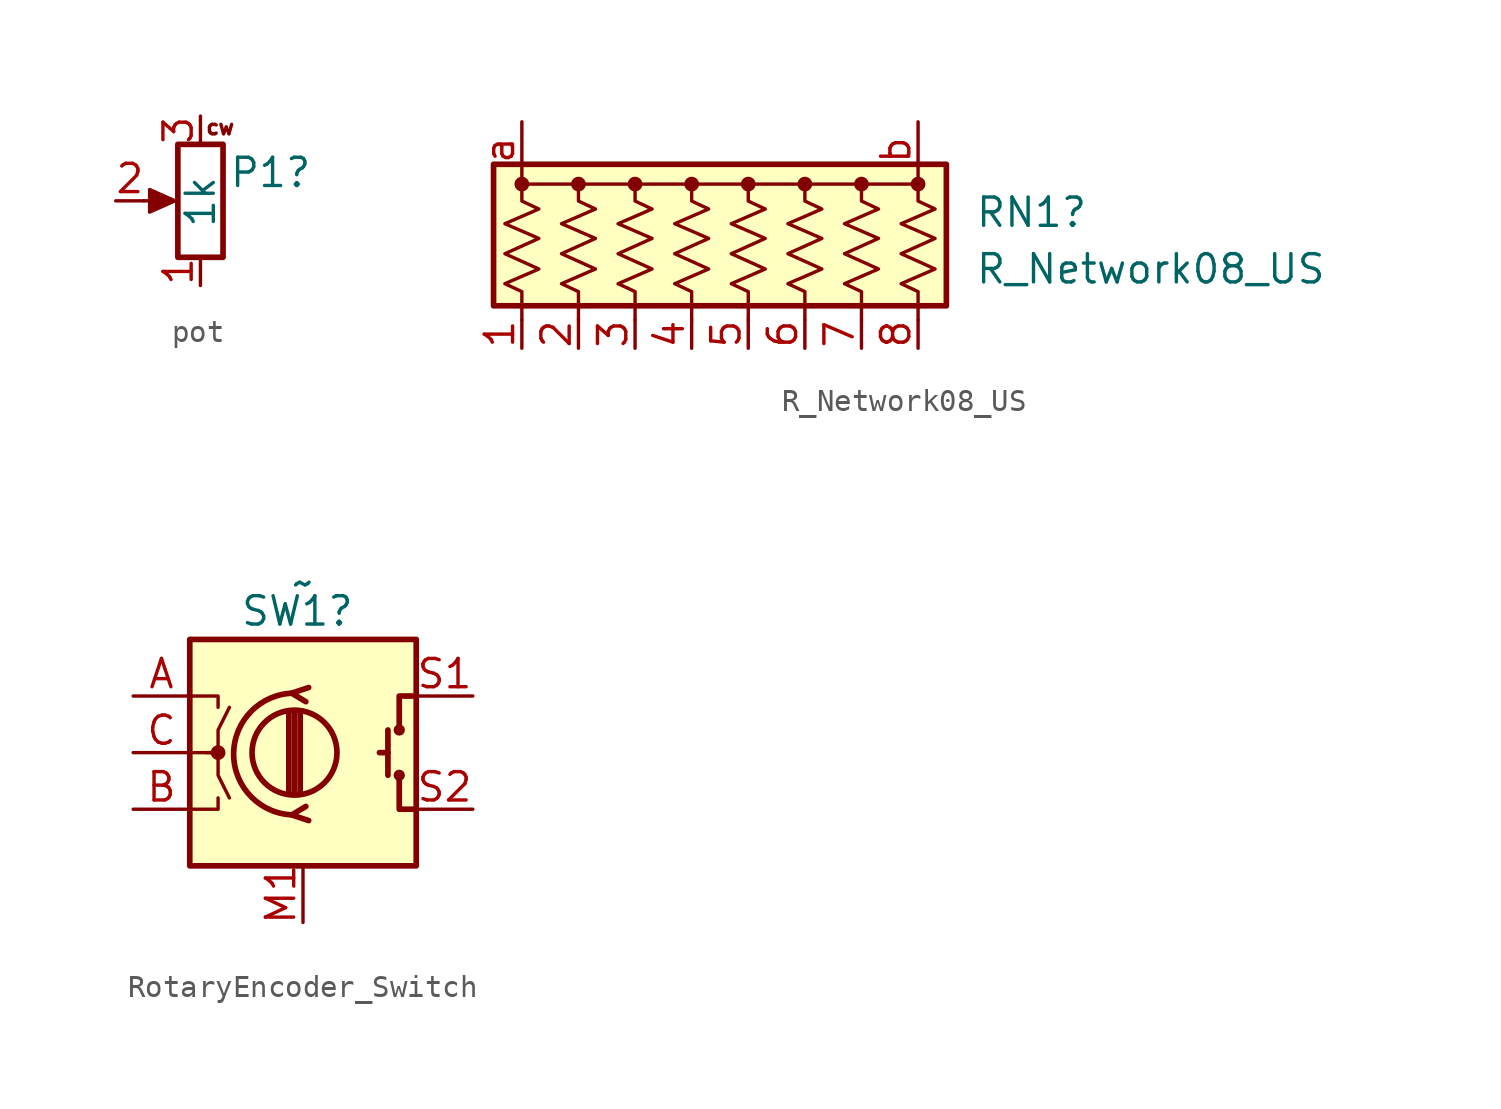
<source format=kicad_sym>
(kicad_symbol_lib
  (version 20241209)
  (generator "kicad_symbol_editor")
  (generator_version "9.0")
  (symbol "pot"
    (pin_names
      (offset 1.016)
      (hide yes))
    (property "Reference" "P1"
      (at 2.54 1.27 0)
      (effects (font (size 1.27 1.27)) (justify left)))
    (property "Value" "1k"
      (at 1.27 -1.27 90)
      (effects (font (size 1.27 1.27)) (justify left)))
    (symbol "pot_0_0"
      (text "cw" (at 2.159 3.302 0) (effects (font (size 0.635 0.635)))))
    (symbol "pot_0_1"
      (polyline (pts (xy -1.27 0) (xy -0.254 0)) (stroke (width 0) (type default)) (fill (type none)))
      (polyline (pts (xy 0.127 0) (xy -1.016 -0.508) (xy -1.016 0.508) (xy 0.127 0)) (stroke (width 0) (type default)) (fill (type outline)))
      (rectangle (start 0.254 -2.54) (end 2.286 2.54) (stroke (width 0.254) (type default)) (fill (type none))))
    (symbol "pot_1_1"
      (pin passive line (at -2.54 0 0) (length 1.27) (name "2" (effects (font (size 1.27 1.27)))) (number "2" (effects (font (size 1.27 1.27)))))
      (pin passive line (at 1.27 3.81 270) (length 1.27) (name "3" (effects (font (size 1.27 1.27)))) (number "3" (effects (font (size 1.27 1.27)))))
      (pin passive line (at 1.27 -3.81 90) (length 1.27) (name "1" (effects (font (size 1.27 1.27)))) (number "1" (effects (font (size 1.27 1.27)))))))
  (symbol "R_Network08_US"
    (pin_names
      (offset 0)
      (hide yes))
    (property "Reference" "RN1"
      (at 10.16 1.016 0)
      (effects (font (size 1.27 1.27)) (justify left)))
    (property "Value" "R_Network08_US"
      (at 10.16 -1.524 0)
      (effects (font (size 1.27 1.27)) (justify left)))
    (symbol "R_Network08_US_0_1"
      (rectangle (start -11.43 3.175) (end 8.89 -3.175) (stroke (width 0.254) (type default)) (fill (type background)))
      (circle (center -10.16 2.286) (radius 0.254) (stroke (width 0) (type default)) (fill (type outline)))
      (polyline (pts (xy -10.16 2.286) (xy 7.62 2.286)) (stroke (width 0) (type default)) (fill (type none)))
      (polyline (pts (xy -10.16 2.286) (xy -10.16 1.524) (xy -9.398 1.168) (xy -10.922 0.508) (xy -9.398 -0.152) (xy -10.922 -0.838) (xy -9.398 -1.524) (xy -10.922 -2.184) (xy -10.16 -2.54) (xy -10.16 -3.81)) (stroke (width 0) (type default)) (fill (type none)))
      (circle (center -7.62 2.286) (radius 0.254) (stroke (width 0) (type default)) (fill (type outline)))
      (polyline (pts (xy -7.62 2.286) (xy -7.62 1.524) (xy -6.858 1.168) (xy -8.382 0.508) (xy -6.858 -0.152) (xy -8.382 -0.838) (xy -6.858 -1.524) (xy -8.382 -2.184) (xy -7.62 -2.54) (xy -7.62 -3.81)) (stroke (width 0) (type default)) (fill (type none)))
      (circle (center -5.08 2.286) (radius 0.254) (stroke (width 0) (type default)) (fill (type outline)))
      (polyline (pts (xy -5.08 2.286) (xy -5.08 1.524) (xy -4.318 1.168) (xy -5.842 0.508) (xy -4.318 -0.152) (xy -5.842 -0.838) (xy -4.318 -1.524) (xy -5.842 -2.184) (xy -5.08 -2.54) (xy -5.08 -3.81)) (stroke (width 0) (type default)) (fill (type none)))
      (circle (center -2.54 2.286) (radius 0.254) (stroke (width 0) (type default)) (fill (type outline)))
      (polyline (pts (xy -2.54 2.286) (xy -2.54 1.524) (xy -1.778 1.168) (xy -3.302 0.508) (xy -1.778 -0.152) (xy -3.302 -0.838) (xy -1.778 -1.524) (xy -3.302 -2.184) (xy -2.54 -2.54) (xy -2.54 -3.81)) (stroke (width 0) (type default)) (fill (type none)))
      (circle (center 0 2.286) (radius 0.254) (stroke (width 0) (type default)) (fill (type outline)))
      (polyline (pts (xy 0 2.286) (xy 0 1.524) (xy 0.762 1.168) (xy -0.762 0.508) (xy 0.762 -0.152) (xy -0.762 -0.838) (xy 0.762 -1.524) (xy -0.762 -2.184) (xy 0 -2.54) (xy 0 -3.81)) (stroke (width 0) (type default)) (fill (type none)))
      (polyline (pts (xy 2.54 2.286) (xy 2.54 1.524) (xy 3.302 1.168) (xy 1.778 0.508) (xy 3.302 -0.152) (xy 1.778 -0.838) (xy 3.302 -1.524) (xy 1.778 -2.184) (xy 2.54 -2.54) (xy 2.54 -3.81)) (stroke (width 0) (type default)) (fill (type none)))
      (circle (center 2.54 2.286) (radius 0.254) (stroke (width 0) (type default)) (fill (type outline)))
      (polyline (pts (xy 5.08 2.286) (xy 5.08 1.524) (xy 5.842 1.168) (xy 4.318 0.508) (xy 5.842 -0.152) (xy 4.318 -0.838) (xy 5.842 -1.524) (xy 4.318 -2.184) (xy 5.08 -2.54) (xy 5.08 -3.81)) (stroke (width 0) (type default)) (fill (type none)))
      (circle (center 5.08 2.286) (radius 0.254) (stroke (width 0) (type default)) (fill (type outline)))
      (polyline (pts (xy 7.62 2.286) (xy 7.62 1.524) (xy 8.382 1.168) (xy 6.858 0.508) (xy 8.382 -0.152) (xy 6.858 -0.838) (xy 8.382 -1.524) (xy 6.858 -2.184) (xy 7.62 -2.54) (xy 7.62 -3.81)) (stroke (width 0) (type default)) (fill (type none)))
      (circle (center 7.62 2.286) (radius 0.254) (stroke (width 0) (type default)) (fill (type outline))))
    (symbol "R_Network08_US_1_1"
      (pin passive line (at -10.16 5.08 270) (length 2.54) (name "common" (effects (font (size 1.27 1.27)))) (number "a" (effects (font (size 1.27 1.27)))))
      (pin passive line (at -10.16 -5.08 90) (length 1.27) (name "R1" (effects (font (size 1.27 1.27)))) (number "1" (effects (font (size 1.27 1.27)))))
      (pin passive line (at -7.62 -5.08 90) (length 1.27) (name "R2" (effects (font (size 1.27 1.27)))) (number "2" (effects (font (size 1.27 1.27)))))
      (pin passive line (at -5.08 -5.08 90) (length 1.27) (name "R3" (effects (font (size 1.27 1.27)))) (number "3" (effects (font (size 1.27 1.27)))))
      (pin passive line (at -2.54 -5.08 90) (length 1.27) (name "R4" (effects (font (size 1.27 1.27)))) (number "4" (effects (font (size 1.27 1.27)))))
      (pin passive line (at 0 -5.08 90) (length 1.27) (name "R5" (effects (font (size 1.27 1.27)))) (number "5" (effects (font (size 1.27 1.27)))))
      (pin passive line (at 2.54 -5.08 90) (length 1.27) (name "R6" (effects (font (size 1.27 1.27)))) (number "6" (effects (font (size 1.27 1.27)))))
      (pin passive line (at 5.08 -5.08 90) (length 1.27) (name "R7" (effects (font (size 1.27 1.27)))) (number "7" (effects (font (size 1.27 1.27)))))
      (pin passive line (at 7.62 5.08 270) (length 2.54) (name "common" (effects (font (size 1.27 1.27)))) (number "b" (effects (font (size 1.27 1.27)))))
      (pin passive line (at 7.62 -5.08 90) (length 1.27) (name "R8" (effects (font (size 1.27 1.27)))) (number "8" (effects (font (size 1.27 1.27)))))))
  (symbol "RotaryEncoder_Switch"
    (pin_names
      (offset 0.254)
      (hide yes))
    (property "Reference" "SW1"
      (at -0.254 6.35 0)
      (effects (font (size 1.27 1.27))))
    (property "Value" "~"
      (at 0 7.62 0)
      (effects (font (size 1.27 1.27))))
    (symbol "RotaryEncoder_Switch_0_1"
      (rectangle (start -5.08 5.08) (end 5.08 -5.08) (stroke (width 0.254) (type default)) (fill (type background)))
      (polyline (pts (xy -5.08 2.54) (xy -3.81 2.54) (xy -3.81 2.032)) (stroke (width 0) (type default)) (fill (type none)))
      (polyline (pts (xy -5.08 0) (xy -3.81 0) (xy -3.81 -1.016) (xy -3.302 -2.032)) (stroke (width 0) (type default)) (fill (type none)))
      (polyline (pts (xy -5.08 -2.54) (xy -3.81 -2.54) (xy -3.81 -2.032)) (stroke (width 0) (type default)) (fill (type none)))
      (polyline (pts (xy -4.318 0) (xy -3.81 0) (xy -3.81 1.016) (xy -3.302 2.032)) (stroke (width 0) (type default)) (fill (type none)))
      (circle (center -3.81 0) (radius 0.254) (stroke (width 0) (type default)) (fill (type outline)))
      (polyline (pts (xy -0.635 -1.778) (xy -0.635 1.778)) (stroke (width 0.254) (type default)) (fill (type none)))
      (circle (center -0.381 0) (radius 1.905) (stroke (width 0.254) (type default)) (fill (type none)))
      (polyline (pts (xy -0.381 -1.778) (xy -0.381 1.778)) (stroke (width 0.254) (type default)) (fill (type none)))
      (arc (start -0.381 -2.794) (mid -3.0988 -0.0635) (end -0.381 2.667) (stroke (width 0.254) (type default)) (fill (type none)))
      (polyline (pts (xy -0.127 1.778) (xy -0.127 -1.778)) (stroke (width 0.254) (type default)) (fill (type none)))
      (polyline (pts (xy 0.254 2.921) (xy -0.508 2.667) (xy 0.127 2.286)) (stroke (width 0.254) (type default)) (fill (type none)))
      (polyline (pts (xy 0.254 -3.048) (xy -0.508 -2.794) (xy 0.127 -2.413)) (stroke (width 0.254) (type default)) (fill (type none)))
      (polyline (pts (xy 3.81 1.016) (xy 3.81 -1.016)) (stroke (width 0.254) (type default)) (fill (type none)))
      (polyline (pts (xy 3.81 0) (xy 3.429 0)) (stroke (width 0.254) (type default)) (fill (type none)))
      (circle (center 4.318 1.016) (radius 0.127) (stroke (width 0.254) (type default)) (fill (type none)))
      (circle (center 4.318 -1.016) (radius 0.127) (stroke (width 0.254) (type default)) (fill (type none)))
      (polyline (pts (xy 5.08 2.54) (xy 4.318 2.54) (xy 4.318 1.016)) (stroke (width 0.254) (type default)) (fill (type none)))
      (polyline (pts (xy 5.08 -2.54) (xy 4.318 -2.54) (xy 4.318 -1.016)) (stroke (width 0.254) (type default)) (fill (type none))))
    (symbol "RotaryEncoder_Switch_1_1"
      (pin passive line (at -7.62 2.54 0) (length 2.54) (name "A" (effects (font (size 1.27 1.27)))) (number "A" (effects (font (size 1.27 1.27)))))
      (pin passive line (at -7.62 0 0) (length 2.54) (name "C" (effects (font (size 1.27 1.27)))) (number "C" (effects (font (size 1.27 1.27)))))
      (pin passive line (at -7.62 -2.54 0) (length 2.54) (name "B" (effects (font (size 1.27 1.27)))) (number "B" (effects (font (size 1.27 1.27)))))
      (pin unspecified line (at 0 -7.62 90) (length 2.54) (name "SH" (effects (font (size 1.27 1.27)))) (number "M1" (effects (font (size 1.27 1.27)))))
      (pin unspecified line (at 0 -7.62 90) (length 2.54) (hide yes) (name "SH" (effects (font (size 1.27 1.27)))) (number "M2" (effects (font (size 1.27 1.27)))))
      (pin passive line (at 7.62 2.54 180) (length 2.54) (name "S1" (effects (font (size 1.27 1.27)))) (number "S1" (effects (font (size 1.27 1.27)))))
      (pin passive line (at 7.62 -2.54 180) (length 2.54) (name "S2" (effects (font (size 1.27 1.27)))) (number "S2" (effects (font (size 1.27 1.27))))))))
</source>
